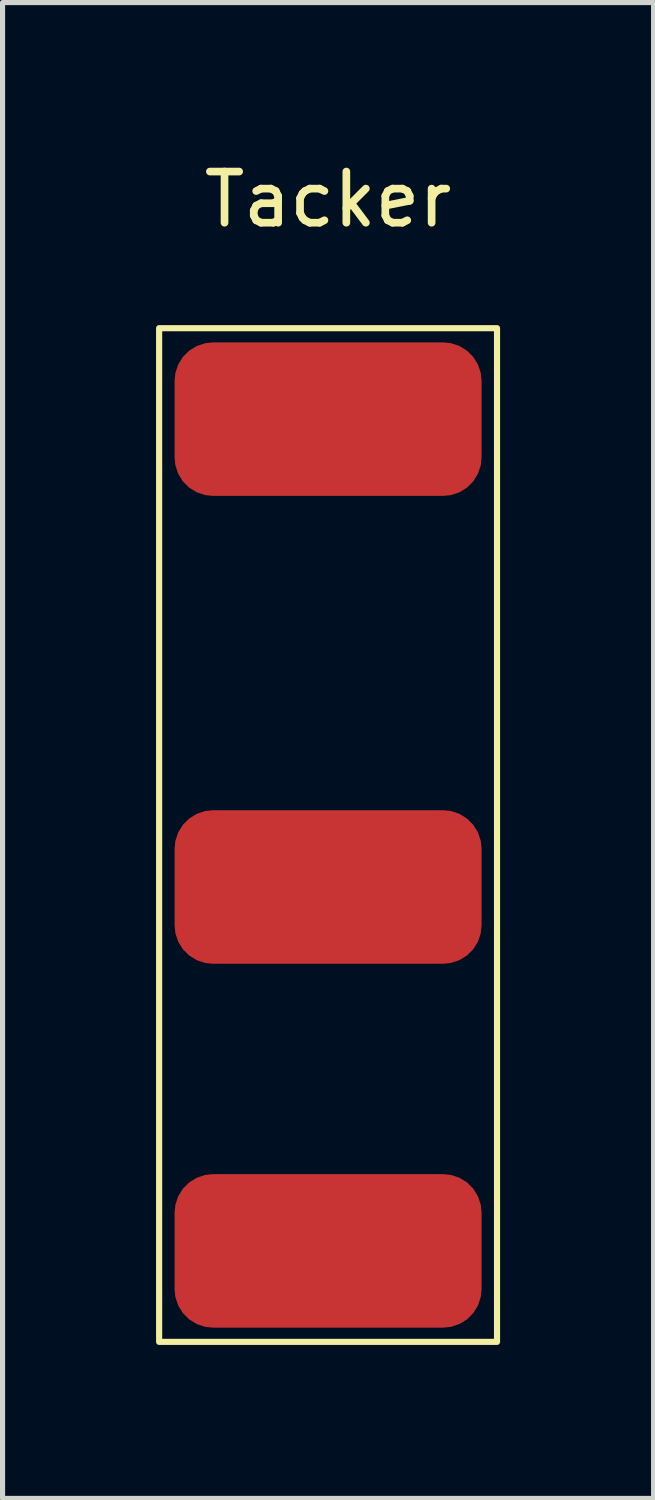
<source format=kicad_pcb>
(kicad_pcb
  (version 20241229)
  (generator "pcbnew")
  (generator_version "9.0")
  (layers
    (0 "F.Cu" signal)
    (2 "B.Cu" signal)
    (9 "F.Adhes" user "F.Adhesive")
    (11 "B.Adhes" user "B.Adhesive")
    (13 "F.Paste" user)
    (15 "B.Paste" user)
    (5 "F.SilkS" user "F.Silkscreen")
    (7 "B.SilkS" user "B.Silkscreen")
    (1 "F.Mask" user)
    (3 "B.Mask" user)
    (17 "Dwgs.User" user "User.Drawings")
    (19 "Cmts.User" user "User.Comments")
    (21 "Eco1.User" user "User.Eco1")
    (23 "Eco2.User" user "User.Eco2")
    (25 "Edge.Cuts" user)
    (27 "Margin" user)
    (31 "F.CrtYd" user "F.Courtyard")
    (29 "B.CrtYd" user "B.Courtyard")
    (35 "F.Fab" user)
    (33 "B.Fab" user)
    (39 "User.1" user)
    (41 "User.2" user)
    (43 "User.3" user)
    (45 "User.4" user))
  (footprint "Tacker"
    (layer "F.Cu")
    (at 3.362 5.142)
    (property "Reference" "Tacker" (at 0 -4.294 0) (unlocked yes) (layer "F.SilkS") (effects (font (size 1 1) (thickness 0.15))))
    (attr smd)
    (fp_rect (start -3.302 -1.778) (end 3.302 18.034) (stroke (width 0.12) (type solid)) (fill no) (layer "F.SilkS"))
    (pad "1" smd roundrect (at 0 0) (size 6 3) (layers "F.Cu" "F.Mask" "F.Paste") (roundrect_rratio 0.25))
    (pad "2" smd roundrect (at 0 9.144) (size 6 3) (layers "F.Cu" "F.Mask" "F.Paste") (roundrect_rratio 0.25))
    (pad "3" smd roundrect (at 0 16.256) (size 6 3) (layers "F.Cu" "F.Mask" "F.Paste") (roundrect_rratio 0.25)))
  (gr_rect
    (start -3 -3)
    (end 9.724 26.236)
    (stroke (width 0.1) (type default))
    (fill no)
    (layer "Edge.Cuts")))
</source>
